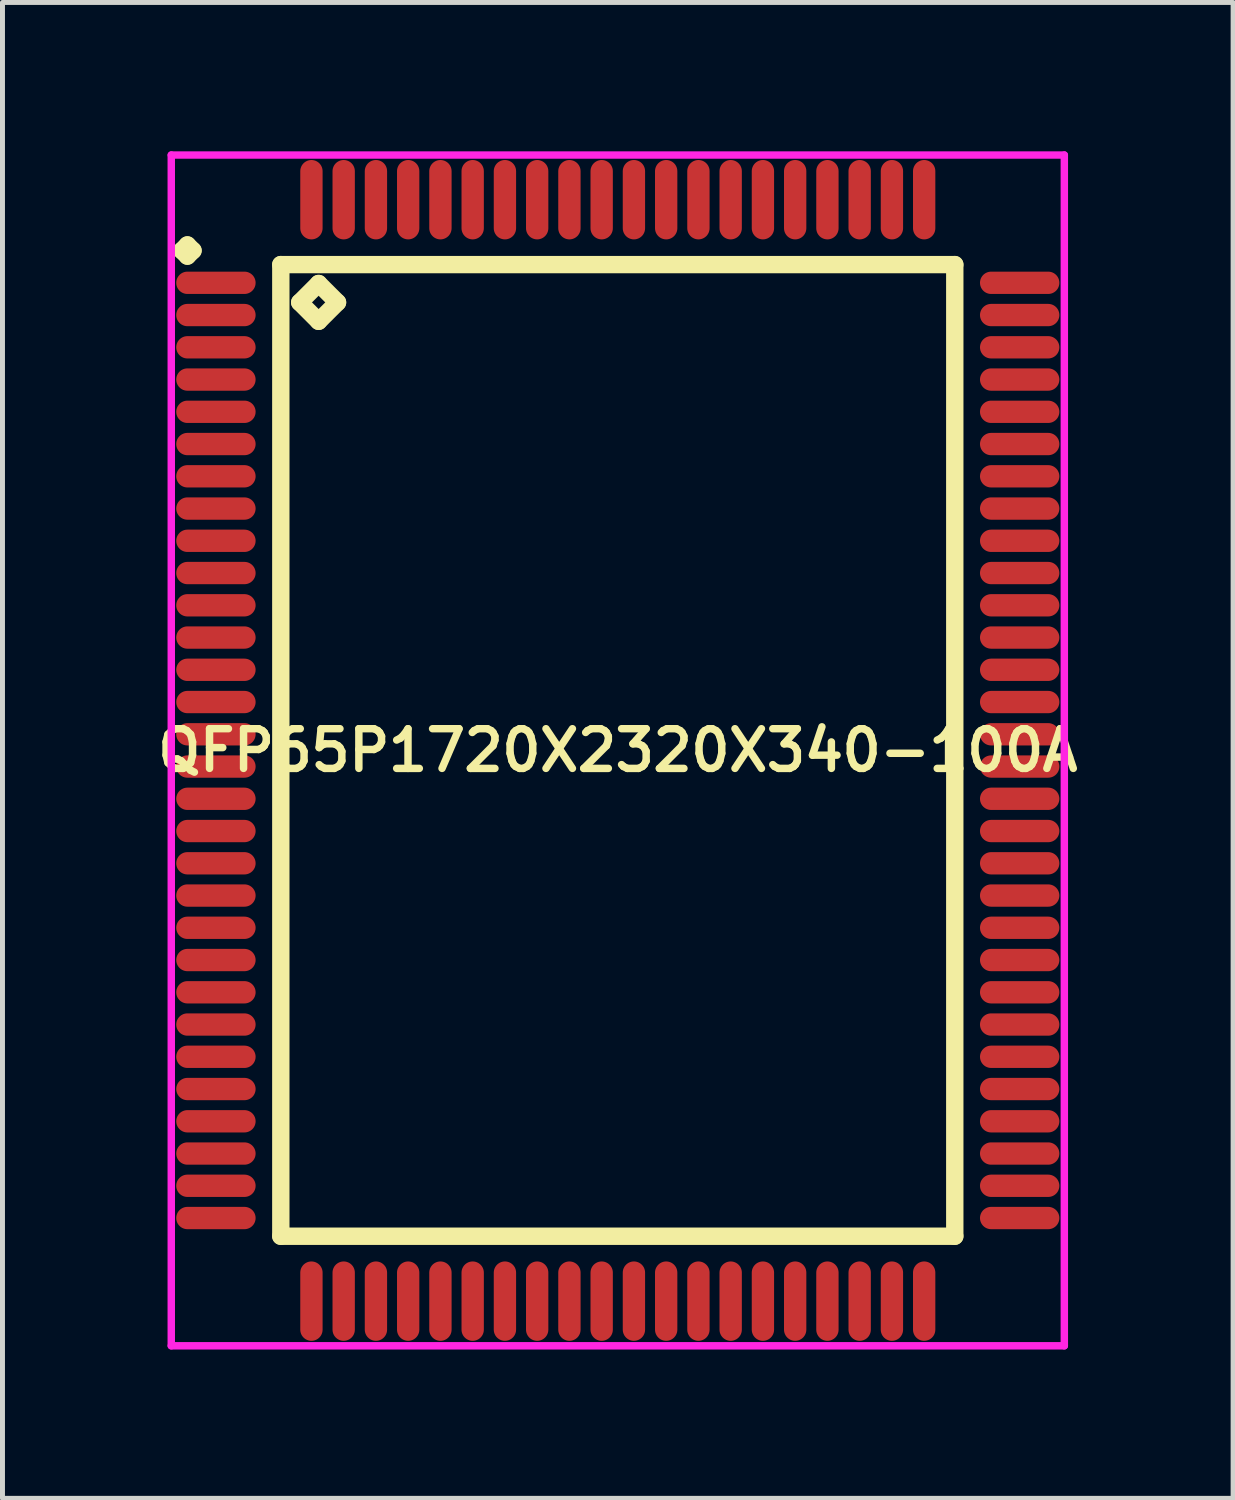
<source format=kicad_pcb>
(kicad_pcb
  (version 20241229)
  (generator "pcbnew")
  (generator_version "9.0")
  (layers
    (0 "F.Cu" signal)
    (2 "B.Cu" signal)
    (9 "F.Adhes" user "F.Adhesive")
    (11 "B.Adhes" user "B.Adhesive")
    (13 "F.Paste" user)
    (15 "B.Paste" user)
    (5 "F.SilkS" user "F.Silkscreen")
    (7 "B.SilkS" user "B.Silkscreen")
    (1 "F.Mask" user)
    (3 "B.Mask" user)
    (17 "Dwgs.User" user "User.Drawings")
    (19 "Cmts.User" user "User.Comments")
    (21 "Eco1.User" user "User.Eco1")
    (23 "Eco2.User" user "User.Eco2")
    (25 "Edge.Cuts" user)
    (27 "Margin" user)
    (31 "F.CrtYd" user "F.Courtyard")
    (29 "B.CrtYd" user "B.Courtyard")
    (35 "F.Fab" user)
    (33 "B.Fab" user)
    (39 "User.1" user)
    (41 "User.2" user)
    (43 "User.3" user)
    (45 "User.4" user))
  (footprint "QFP65P1720X2320X340-100A"
    (layer "F.Cu")
    (at 9.402 12.075)
    (property "Reference" "QFP65P1720X2320X340-100A" (at 0 0 0) (layer "F.SilkS") (effects (font (size 0.8 0.8) (thickness 0.15))))
    (attr smd)
    (fp_line (start -8.787 -10.075) (end -8.675 -10.188) (stroke (width 0.35) (type solid)) (layer "F.SilkS"))
    (fp_line (start -8.675 -10.188) (end -8.562 -10.075) (stroke (width 0.35) (type solid)) (layer "F.SilkS"))
    (fp_line (start -8.675 -9.963) (end -8.787 -10.075) (stroke (width 0.35) (type solid)) (layer "F.SilkS"))
    (fp_line (start -8.562 -10.075) (end -8.675 -9.963) (stroke (width 0.35) (type solid)) (layer "F.SilkS"))
    (fp_line (start -6.792 -9.792) (end -6.792 9.792) (stroke (width 0.35) (type solid)) (layer "F.SilkS"))
    (fp_line (start -6.792 9.792) (end 6.792 9.792) (stroke (width 0.35) (type solid)) (layer "F.SilkS"))
    (fp_line (start -6.411 -9.03) (end -6.03 -9.411) (stroke (width 0.35) (type solid)) (layer "F.SilkS"))
    (fp_line (start -6.03 -9.411) (end -5.649 -9.03) (stroke (width 0.35) (type solid)) (layer "F.SilkS"))
    (fp_line (start -6.03 -8.649) (end -6.411 -9.03) (stroke (width 0.35) (type solid)) (layer "F.SilkS"))
    (fp_line (start -5.649 -9.03) (end -6.03 -8.649) (stroke (width 0.35) (type solid)) (layer "F.SilkS"))
    (fp_line (start 6.792 -9.792) (end -6.792 -9.792) (stroke (width 0.35) (type solid)) (layer "F.SilkS"))
    (fp_line (start 6.792 9.792) (end 6.792 -9.792) (stroke (width 0.35) (type solid)) (layer "F.SilkS"))
    (fp_line (start -9 -12) (end 9 -12) (stroke (width 0.15) (type solid)) (layer "F.CrtYd"))
    (fp_line (start -9 12) (end -9 -12) (stroke (width 0.15) (type solid)) (layer "F.CrtYd"))
    (fp_line (start 9 -12) (end 9 12) (stroke (width 0.15) (type solid)) (layer "F.CrtYd"))
    (fp_line (start 9 12) (end -9 12) (stroke (width 0.15) (type solid)) (layer "F.CrtYd"))
    (pad "1" smd oval (at -8.1 -9.425) (size 1.6 0.45) (layers "F.Cu" "F.Mask" "F.Paste"))
    (pad "2" smd oval (at -8.1 -8.775) (size 1.6 0.45) (layers "F.Cu" "F.Mask" "F.Paste"))
    (pad "3" smd oval (at -8.1 -8.125) (size 1.6 0.45) (layers "F.Cu" "F.Mask" "F.Paste"))
    (pad "4" smd oval (at -8.1 -7.475) (size 1.6 0.45) (layers "F.Cu" "F.Mask" "F.Paste"))
    (pad "5" smd oval (at -8.1 -6.825) (size 1.6 0.45) (layers "F.Cu" "F.Mask" "F.Paste"))
    (pad "6" smd oval (at -8.1 -6.175) (size 1.6 0.45) (layers "F.Cu" "F.Mask" "F.Paste"))
    (pad "7" smd oval (at -8.1 -5.525) (size 1.6 0.45) (layers "F.Cu" "F.Mask" "F.Paste"))
    (pad "8" smd oval (at -8.1 -4.875) (size 1.6 0.45) (layers "F.Cu" "F.Mask" "F.Paste"))
    (pad "9" smd oval (at -8.1 -4.225) (size 1.6 0.45) (layers "F.Cu" "F.Mask" "F.Paste"))
    (pad "10" smd oval (at -8.1 -3.575) (size 1.6 0.45) (layers "F.Cu" "F.Mask" "F.Paste"))
    (pad "11" smd oval (at -8.1 -2.925) (size 1.6 0.45) (layers "F.Cu" "F.Mask" "F.Paste"))
    (pad "12" smd oval (at -8.1 -2.275) (size 1.6 0.45) (layers "F.Cu" "F.Mask" "F.Paste"))
    (pad "13" smd oval (at -8.1 -1.625) (size 1.6 0.45) (layers "F.Cu" "F.Mask" "F.Paste"))
    (pad "14" smd oval (at -8.1 -0.975) (size 1.6 0.45) (layers "F.Cu" "F.Mask" "F.Paste"))
    (pad "15" smd oval (at -8.1 -0.325) (size 1.6 0.45) (layers "F.Cu" "F.Mask" "F.Paste"))
    (pad "16" smd oval (at -8.1 0.325) (size 1.6 0.45) (layers "F.Cu" "F.Mask" "F.Paste"))
    (pad "17" smd oval (at -8.1 0.975) (size 1.6 0.45) (layers "F.Cu" "F.Mask" "F.Paste"))
    (pad "18" smd oval (at -8.1 1.625) (size 1.6 0.45) (layers "F.Cu" "F.Mask" "F.Paste"))
    (pad "19" smd oval (at -8.1 2.275) (size 1.6 0.45) (layers "F.Cu" "F.Mask" "F.Paste"))
    (pad "20" smd oval (at -8.1 2.925) (size 1.6 0.45) (layers "F.Cu" "F.Mask" "F.Paste"))
    (pad "21" smd oval (at -8.1 3.575) (size 1.6 0.45) (layers "F.Cu" "F.Mask" "F.Paste"))
    (pad "22" smd oval (at -8.1 4.225) (size 1.6 0.45) (layers "F.Cu" "F.Mask" "F.Paste"))
    (pad "23" smd oval (at -8.1 4.875) (size 1.6 0.45) (layers "F.Cu" "F.Mask" "F.Paste"))
    (pad "24" smd oval (at -8.1 5.525) (size 1.6 0.45) (layers "F.Cu" "F.Mask" "F.Paste"))
    (pad "25" smd oval (at -8.1 6.175) (size 1.6 0.45) (layers "F.Cu" "F.Mask" "F.Paste"))
    (pad "26" smd oval (at -8.1 6.825) (size 1.6 0.45) (layers "F.Cu" "F.Mask" "F.Paste"))
    (pad "27" smd oval (at -8.1 7.475) (size 1.6 0.45) (layers "F.Cu" "F.Mask" "F.Paste"))
    (pad "28" smd oval (at -8.1 8.125) (size 1.6 0.45) (layers "F.Cu" "F.Mask" "F.Paste"))
    (pad "29" smd oval (at -8.1 8.775) (size 1.6 0.45) (layers "F.Cu" "F.Mask" "F.Paste"))
    (pad "30" smd oval (at -8.1 9.425) (size 1.6 0.45) (layers "F.Cu" "F.Mask" "F.Paste"))
    (pad "31" smd oval (at -6.175 11.1) (size 0.45 1.6) (layers "F.Cu" "F.Mask" "F.Paste"))
    (pad "32" smd oval (at -5.525 11.1) (size 0.45 1.6) (layers "F.Cu" "F.Mask" "F.Paste"))
    (pad "33" smd oval (at -4.875 11.1) (size 0.45 1.6) (layers "F.Cu" "F.Mask" "F.Paste"))
    (pad "34" smd oval (at -4.225 11.1) (size 0.45 1.6) (layers "F.Cu" "F.Mask" "F.Paste"))
    (pad "35" smd oval (at -3.575 11.1) (size 0.45 1.6) (layers "F.Cu" "F.Mask" "F.Paste"))
    (pad "36" smd oval (at -2.925 11.1) (size 0.45 1.6) (layers "F.Cu" "F.Mask" "F.Paste"))
    (pad "37" smd oval (at -2.275 11.1) (size 0.45 1.6) (layers "F.Cu" "F.Mask" "F.Paste"))
    (pad "38" smd oval (at -1.625 11.1) (size 0.45 1.6) (layers "F.Cu" "F.Mask" "F.Paste"))
    (pad "39" smd oval (at -0.975 11.1) (size 0.45 1.6) (layers "F.Cu" "F.Mask" "F.Paste"))
    (pad "40" smd oval (at -0.325 11.1) (size 0.45 1.6) (layers "F.Cu" "F.Mask" "F.Paste"))
    (pad "41" smd oval (at 0.325 11.1) (size 0.45 1.6) (layers "F.Cu" "F.Mask" "F.Paste"))
    (pad "42" smd oval (at 0.975 11.1) (size 0.45 1.6) (layers "F.Cu" "F.Mask" "F.Paste"))
    (pad "43" smd oval (at 1.625 11.1) (size 0.45 1.6) (layers "F.Cu" "F.Mask" "F.Paste"))
    (pad "44" smd oval (at 2.275 11.1) (size 0.45 1.6) (layers "F.Cu" "F.Mask" "F.Paste"))
    (pad "45" smd oval (at 2.925 11.1) (size 0.45 1.6) (layers "F.Cu" "F.Mask" "F.Paste"))
    (pad "46" smd oval (at 3.575 11.1) (size 0.45 1.6) (layers "F.Cu" "F.Mask" "F.Paste"))
    (pad "47" smd oval (at 4.225 11.1) (size 0.45 1.6) (layers "F.Cu" "F.Mask" "F.Paste"))
    (pad "48" smd oval (at 4.875 11.1) (size 0.45 1.6) (layers "F.Cu" "F.Mask" "F.Paste"))
    (pad "49" smd oval (at 5.525 11.1) (size 0.45 1.6) (layers "F.Cu" "F.Mask" "F.Paste"))
    (pad "50" smd oval (at 6.175 11.1) (size 0.45 1.6) (layers "F.Cu" "F.Mask" "F.Paste"))
    (pad "51" smd oval (at 8.1 9.425) (size 1.6 0.45) (layers "F.Cu" "F.Mask" "F.Paste"))
    (pad "52" smd oval (at 8.1 8.775) (size 1.6 0.45) (layers "F.Cu" "F.Mask" "F.Paste"))
    (pad "53" smd oval (at 8.1 8.125) (size 1.6 0.45) (layers "F.Cu" "F.Mask" "F.Paste"))
    (pad "54" smd oval (at 8.1 7.475) (size 1.6 0.45) (layers "F.Cu" "F.Mask" "F.Paste"))
    (pad "55" smd oval (at 8.1 6.825) (size 1.6 0.45) (layers "F.Cu" "F.Mask" "F.Paste"))
    (pad "56" smd oval (at 8.1 6.175) (size 1.6 0.45) (layers "F.Cu" "F.Mask" "F.Paste"))
    (pad "57" smd oval (at 8.1 5.525) (size 1.6 0.45) (layers "F.Cu" "F.Mask" "F.Paste"))
    (pad "58" smd oval (at 8.1 4.875) (size 1.6 0.45) (layers "F.Cu" "F.Mask" "F.Paste"))
    (pad "59" smd oval (at 8.1 4.225) (size 1.6 0.45) (layers "F.Cu" "F.Mask" "F.Paste"))
    (pad "60" smd oval (at 8.1 3.575) (size 1.6 0.45) (layers "F.Cu" "F.Mask" "F.Paste"))
    (pad "61" smd oval (at 8.1 2.925) (size 1.6 0.45) (layers "F.Cu" "F.Mask" "F.Paste"))
    (pad "62" smd oval (at 8.1 2.275) (size 1.6 0.45) (layers "F.Cu" "F.Mask" "F.Paste"))
    (pad "63" smd oval (at 8.1 1.625) (size 1.6 0.45) (layers "F.Cu" "F.Mask" "F.Paste"))
    (pad "64" smd oval (at 8.1 0.975) (size 1.6 0.45) (layers "F.Cu" "F.Mask" "F.Paste"))
    (pad "65" smd oval (at 8.1 0.325) (size 1.6 0.45) (layers "F.Cu" "F.Mask" "F.Paste"))
    (pad "66" smd oval (at 8.1 -0.325) (size 1.6 0.45) (layers "F.Cu" "F.Mask" "F.Paste"))
    (pad "67" smd oval (at 8.1 -0.975) (size 1.6 0.45) (layers "F.Cu" "F.Mask" "F.Paste"))
    (pad "68" smd oval (at 8.1 -1.625) (size 1.6 0.45) (layers "F.Cu" "F.Mask" "F.Paste"))
    (pad "69" smd oval (at 8.1 -2.275) (size 1.6 0.45) (layers "F.Cu" "F.Mask" "F.Paste"))
    (pad "70" smd oval (at 8.1 -2.925) (size 1.6 0.45) (layers "F.Cu" "F.Mask" "F.Paste"))
    (pad "71" smd oval (at 8.1 -3.575) (size 1.6 0.45) (layers "F.Cu" "F.Mask" "F.Paste"))
    (pad "72" smd oval (at 8.1 -4.225) (size 1.6 0.45) (layers "F.Cu" "F.Mask" "F.Paste"))
    (pad "73" smd oval (at 8.1 -4.875) (size 1.6 0.45) (layers "F.Cu" "F.Mask" "F.Paste"))
    (pad "74" smd oval (at 8.1 -5.525) (size 1.6 0.45) (layers "F.Cu" "F.Mask" "F.Paste"))
    (pad "75" smd oval (at 8.1 -6.175) (size 1.6 0.45) (layers "F.Cu" "F.Mask" "F.Paste"))
    (pad "76" smd oval (at 8.1 -6.825) (size 1.6 0.45) (layers "F.Cu" "F.Mask" "F.Paste"))
    (pad "77" smd oval (at 8.1 -7.475) (size 1.6 0.45) (layers "F.Cu" "F.Mask" "F.Paste"))
    (pad "78" smd oval (at 8.1 -8.125) (size 1.6 0.45) (layers "F.Cu" "F.Mask" "F.Paste"))
    (pad "79" smd oval (at 8.1 -8.775) (size 1.6 0.45) (layers "F.Cu" "F.Mask" "F.Paste"))
    (pad "80" smd oval (at 8.1 -9.425) (size 1.6 0.45) (layers "F.Cu" "F.Mask" "F.Paste"))
    (pad "81" smd oval (at 6.175 -11.1) (size 0.45 1.6) (layers "F.Cu" "F.Mask" "F.Paste"))
    (pad "82" smd oval (at 5.525 -11.1) (size 0.45 1.6) (layers "F.Cu" "F.Mask" "F.Paste"))
    (pad "83" smd oval (at 4.875 -11.1) (size 0.45 1.6) (layers "F.Cu" "F.Mask" "F.Paste"))
    (pad "84" smd oval (at 4.225 -11.1) (size 0.45 1.6) (layers "F.Cu" "F.Mask" "F.Paste"))
    (pad "85" smd oval (at 3.575 -11.1) (size 0.45 1.6) (layers "F.Cu" "F.Mask" "F.Paste"))
    (pad "86" smd oval (at 2.925 -11.1) (size 0.45 1.6) (layers "F.Cu" "F.Mask" "F.Paste"))
    (pad "87" smd oval (at 2.275 -11.1) (size 0.45 1.6) (layers "F.Cu" "F.Mask" "F.Paste"))
    (pad "88" smd oval (at 1.625 -11.1) (size 0.45 1.6) (layers "F.Cu" "F.Mask" "F.Paste"))
    (pad "89" smd oval (at 0.975 -11.1) (size 0.45 1.6) (layers "F.Cu" "F.Mask" "F.Paste"))
    (pad "90" smd oval (at 0.325 -11.1) (size 0.45 1.6) (layers "F.Cu" "F.Mask" "F.Paste"))
    (pad "91" smd oval (at -0.325 -11.1) (size 0.45 1.6) (layers "F.Cu" "F.Mask" "F.Paste"))
    (pad "92" smd oval (at -0.975 -11.1) (size 0.45 1.6) (layers "F.Cu" "F.Mask" "F.Paste"))
    (pad "93" smd oval (at -1.625 -11.1) (size 0.45 1.6) (layers "F.Cu" "F.Mask" "F.Paste"))
    (pad "94" smd oval (at -2.275 -11.1) (size 0.45 1.6) (layers "F.Cu" "F.Mask" "F.Paste"))
    (pad "95" smd oval (at -2.925 -11.1) (size 0.45 1.6) (layers "F.Cu" "F.Mask" "F.Paste"))
    (pad "96" smd oval (at -3.575 -11.1) (size 0.45 1.6) (layers "F.Cu" "F.Mask" "F.Paste"))
    (pad "97" smd oval (at -4.225 -11.1) (size 0.45 1.6) (layers "F.Cu" "F.Mask" "F.Paste"))
    (pad "98" smd oval (at -4.875 -11.1) (size 0.45 1.6) (layers "F.Cu" "F.Mask" "F.Paste"))
    (pad "99" smd oval (at -5.525 -11.1) (size 0.45 1.6) (layers "F.Cu" "F.Mask" "F.Paste"))
    (pad "100" smd oval (at -6.175 -11.1) (size 0.45 1.6) (layers "F.Cu" "F.Mask" "F.Paste")))
  (gr_rect
    (start -3 -3)
    (end 21.804 27.15)
    (stroke (width 0.1) (type default))
    (fill no)
    (layer "Edge.Cuts")))
</source>
